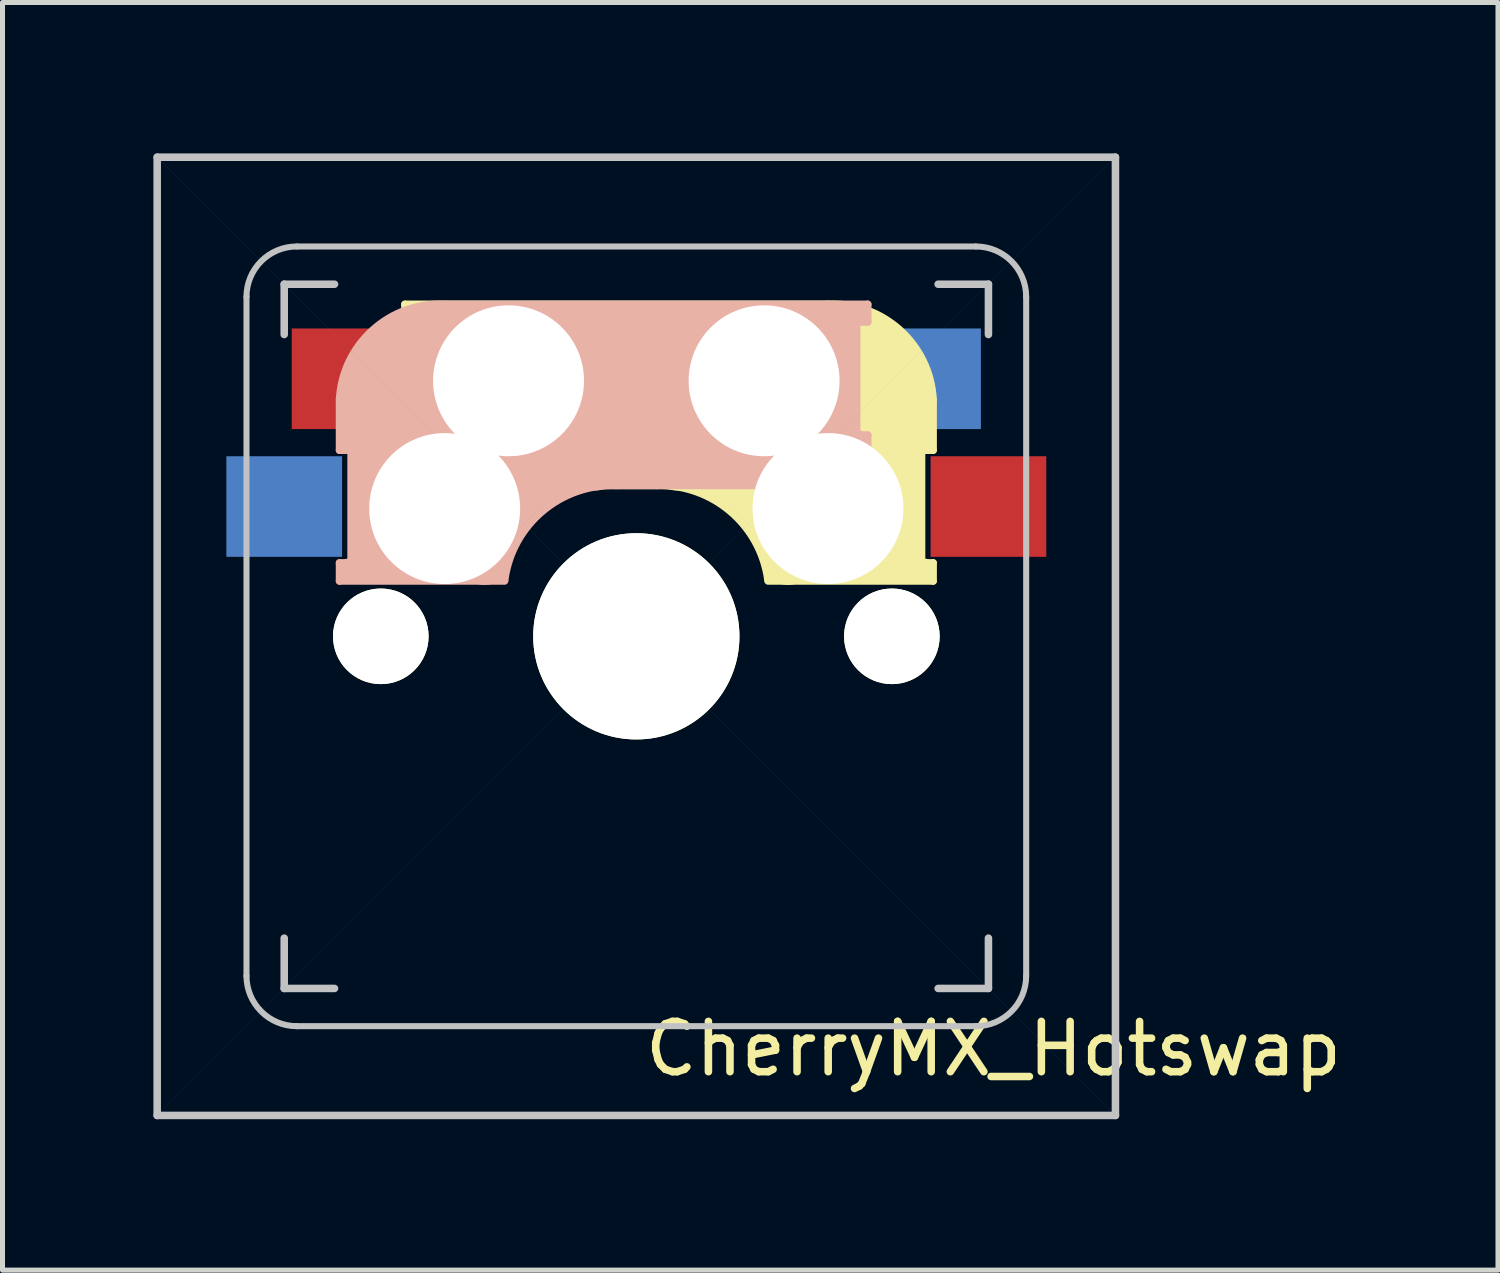
<source format=kicad_pcb>
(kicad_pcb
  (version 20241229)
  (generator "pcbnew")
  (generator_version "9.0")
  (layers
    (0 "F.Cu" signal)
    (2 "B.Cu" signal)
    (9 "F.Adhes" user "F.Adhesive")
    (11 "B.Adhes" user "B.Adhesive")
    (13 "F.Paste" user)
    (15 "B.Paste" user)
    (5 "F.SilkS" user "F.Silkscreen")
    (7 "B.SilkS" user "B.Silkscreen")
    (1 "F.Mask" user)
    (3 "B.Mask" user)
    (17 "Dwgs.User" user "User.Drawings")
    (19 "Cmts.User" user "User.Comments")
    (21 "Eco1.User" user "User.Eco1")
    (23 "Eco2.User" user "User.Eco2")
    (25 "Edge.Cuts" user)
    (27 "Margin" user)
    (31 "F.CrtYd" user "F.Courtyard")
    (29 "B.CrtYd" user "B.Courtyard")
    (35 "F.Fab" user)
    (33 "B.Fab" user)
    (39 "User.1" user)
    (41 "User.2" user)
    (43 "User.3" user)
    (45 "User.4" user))
  (footprint "CherryMX_Hotswap"
    (layer "F.Cu")
    (at 9.6 9.6)
    (property "Reference" "CherryMX_Hotswap" (at 7.1 8.2 0) (layer "F.SilkS") (effects (font (size 1 1) (thickness 0.15))))
    (attr through_hole)
    (fp_line (start -4.6 -6.6) (end 3.8 -6.6) (stroke (width 0.15) (type solid)) (layer "F.SilkS"))
    (fp_line (start -4.6 -6.25) (end -4.6 -6.6) (stroke (width 0.15) (type solid)) (layer "F.SilkS"))
    (fp_line (start -4.6 -4) (end -4.4 -4) (stroke (width 0.15) (type solid)) (layer "F.SilkS"))
    (fp_line (start -4.6 -3) (end -4.6 -4) (stroke (width 0.15) (type solid)) (layer "F.SilkS"))
    (fp_line (start -4.4 -6.4) (end -3 -6.4) (stroke (width 0.4) (type solid)) (layer "F.SilkS"))
    (fp_line (start -4.4 -6.25) (end -4.6 -6.25) (stroke (width 0.15) (type solid)) (layer "F.SilkS"))
    (fp_line (start -4.4 -3.9) (end -4.4 -3.2) (stroke (width 0.4) (type solid)) (layer "F.SilkS"))
    (fp_line (start -4.38 -4) (end -4.38 -6.25) (stroke (width 0.15) (type solid)) (layer "F.SilkS"))
    (fp_line (start -4.3 -3.3) (end -2.9 -3.3) (stroke (width 0.5) (type solid)) (layer "F.SilkS"))
    (fp_line (start -3.9 -6) (end -3.9 -3.5) (stroke (width 1) (type solid)) (layer "F.SilkS"))
    (fp_line (start -2.6 -4.8) (end 4.1 -4.8) (stroke (width 3.5) (type solid)) (layer "F.SilkS"))
    (fp_line (start 0.4 -3) (end -4.6 -3) (stroke (width 0.15) (type solid)) (layer "F.SilkS"))
    (fp_line (start 4.17 -5.1) (end 4.17 -2.86) (stroke (width 3) (type solid)) (layer "F.SilkS"))
    (fp_line (start 5.3 -1.6) (end 5.3 -3.4) (stroke (width 0.8) (type solid)) (layer "F.SilkS"))
    (fp_line (start 5.67 -3.7) (end 5.67 -1.46) (stroke (width 0.15) (type solid)) (layer "F.SilkS"))
    (fp_line (start 5.7 -1.46) (end 5.9 -1.46) (stroke (width 0.15) (type solid)) (layer "F.SilkS"))
    (fp_line (start 5.7 -1.3) (end 3 -1.3) (stroke (width 0.5) (type solid)) (layer "F.SilkS"))
    (fp_line (start 5.8 -3.8) (end 5.8 -4.7) (stroke (width 0.3) (type solid)) (layer "F.SilkS"))
    (fp_line (start 5.9 -4.7) (end 5.9 -3.7) (stroke (width 0.15) (type solid)) (layer "F.SilkS"))
    (fp_line (start 5.9 -3.7) (end 5.7 -3.7) (stroke (width 0.15) (type solid)) (layer "F.SilkS"))
    (fp_line (start 5.9 -1.1) (end 2.62 -1.1) (stroke (width 0.15) (type solid)) (layer "F.SilkS"))
    (fp_line (start 5.9 -1.1) (end 5.9 -1.46) (stroke (width 0.15) (type solid)) (layer "F.SilkS"))
    (fp_arc (start 0.4 -3) (mid 1.868709 -2.486118) (end 2.616318 -1.121471) (stroke (width 0.15) (type solid)) (layer "F.SilkS"))
    (fp_arc (start 0.8 -3.4) (mid 2.268709 -2.886118) (end 3.016318 -1.521471) (stroke (width 1) (type solid)) (layer "F.SilkS"))
    (fp_arc (start 3.8 -6.600001) (mid 5.243504 -6.084925) (end 5.900001 -4.7) (stroke (width 0.15) (type solid)) (layer "F.SilkS"))
    (fp_line (start -5.9 -4.7) (end -5.9 -3.7) (stroke (width 0.15) (type solid)) (layer "B.SilkS"))
    (fp_line (start -5.9 -3.7) (end -5.7 -3.7) (stroke (width 0.15) (type solid)) (layer "B.SilkS"))
    (fp_line (start -5.9 -1.1) (end -5.9 -1.46) (stroke (width 0.15) (type solid)) (layer "B.SilkS"))
    (fp_line (start -5.9 -1.1) (end -2.62 -1.1) (stroke (width 0.15) (type solid)) (layer "B.SilkS"))
    (fp_line (start -5.8 -3.8) (end -5.8 -4.7) (stroke (width 0.3) (type solid)) (layer "B.SilkS"))
    (fp_line (start -5.7 -1.46) (end -5.9 -1.46) (stroke (width 0.15) (type solid)) (layer "B.SilkS"))
    (fp_line (start -5.7 -1.3) (end -3 -1.3) (stroke (width 0.5) (type solid)) (layer "B.SilkS"))
    (fp_line (start -5.67 -3.7) (end -5.67 -1.46) (stroke (width 0.15) (type solid)) (layer "B.SilkS"))
    (fp_line (start -5.3 -1.6) (end -5.3 -3.4) (stroke (width 0.8) (type solid)) (layer "B.SilkS"))
    (fp_line (start -4.17 -5.1) (end -4.17 -2.86) (stroke (width 3) (type solid)) (layer "B.SilkS"))
    (fp_line (start -0.4 -3) (end 4.6 -3) (stroke (width 0.15) (type solid)) (layer "B.SilkS"))
    (fp_line (start 2.6 -4.8) (end -4.1 -4.8) (stroke (width 3.5) (type solid)) (layer "B.SilkS"))
    (fp_line (start 3.9 -6) (end 3.9 -3.5) (stroke (width 1) (type solid)) (layer "B.SilkS"))
    (fp_line (start 4.3 -3.3) (end 2.9 -3.3) (stroke (width 0.5) (type solid)) (layer "B.SilkS"))
    (fp_line (start 4.38 -4) (end 4.38 -6.25) (stroke (width 0.15) (type solid)) (layer "B.SilkS"))
    (fp_line (start 4.4 -6.4) (end 3 -6.4) (stroke (width 0.4) (type solid)) (layer "B.SilkS"))
    (fp_line (start 4.4 -6.25) (end 4.6 -6.25) (stroke (width 0.15) (type solid)) (layer "B.SilkS"))
    (fp_line (start 4.4 -3.9) (end 4.4 -3.2) (stroke (width 0.4) (type solid)) (layer "B.SilkS"))
    (fp_line (start 4.6 -6.6) (end -3.8 -6.6) (stroke (width 0.15) (type solid)) (layer "B.SilkS"))
    (fp_line (start 4.6 -6.25) (end 4.6 -6.6) (stroke (width 0.15) (type solid)) (layer "B.SilkS"))
    (fp_line (start 4.6 -4) (end 4.4 -4) (stroke (width 0.15) (type solid)) (layer "B.SilkS"))
    (fp_line (start 4.6 -3) (end 4.6 -4) (stroke (width 0.15) (type solid)) (layer "B.SilkS"))
    (fp_arc (start -5.9 -4.699999) (mid -5.243504 -6.084924) (end -3.800001 -6.6) (stroke (width 0.15) (type solid)) (layer "B.SilkS"))
    (fp_arc (start -3.016318 -1.521471) (mid -2.268709 -2.886118) (end -0.8 -3.4) (stroke (width 1) (type solid)) (layer "B.SilkS"))
    (fp_arc (start -2.616318 -1.121471) (mid -1.868709 -2.486118) (end -0.4 -3) (stroke (width 0.15) (type solid)) (layer "B.SilkS"))
    (fp_line (start -9.525 -9.525) (end 9.525 -9.525) (stroke (width 0.15) (type solid)) (layer "Dwgs.User"))
    (fp_line (start -9.525 9.525) (end -9.525 -9.525) (stroke (width 0.15) (type solid)) (layer "Dwgs.User"))
    (fp_line (start -7.75 6.75) (end -7.75 -6.75) (stroke (width 0.12) (type solid)) (layer "Dwgs.User"))
    (fp_line (start -7 -7) (end -6 -7) (stroke (width 0.15) (type solid)) (layer "Dwgs.User"))
    (fp_line (start -7 -6) (end -7 -7) (stroke (width 0.15) (type solid)) (layer "Dwgs.User"))
    (fp_line (start -7 6) (end -7 7) (stroke (width 0.15) (type solid)) (layer "Dwgs.User"))
    (fp_line (start -7 7) (end -6 7) (stroke (width 0.15) (type solid)) (layer "Dwgs.User"))
    (fp_line (start -6.75 -7.75) (end 6.75 -7.75) (stroke (width 0.12) (type solid)) (layer "Dwgs.User"))
    (fp_line (start -6.75 7.75) (end 6.75 7.75) (stroke (width 0.12) (type solid)) (layer "Dwgs.User"))
    (fp_line (start 6 7) (end 7 7) (stroke (width 0.15) (type solid)) (layer "Dwgs.User"))
    (fp_line (start 7 -7) (end 6 -7) (stroke (width 0.15) (type solid)) (layer "Dwgs.User"))
    (fp_line (start 7 -7) (end 7 -6) (stroke (width 0.15) (type solid)) (layer "Dwgs.User"))
    (fp_line (start 7 7) (end 7 6) (stroke (width 0.15) (type solid)) (layer "Dwgs.User"))
    (fp_line (start 7.75 6.75) (end 7.75 -6.75) (stroke (width 0.12) (type solid)) (layer "Dwgs.User"))
    (fp_line (start 9.525 -9.525) (end 9.525 9.525) (stroke (width 0.15) (type solid)) (layer "Dwgs.User"))
    (fp_line (start 9.525 9.525) (end -9.525 9.525) (stroke (width 0.15) (type solid)) (layer "Dwgs.User"))
    (fp_arc (start -7.75 -6.75) (mid -7.457107 -7.457107) (end -6.75 -7.75) (stroke (width 0.12) (type solid)) (layer "Dwgs.User"))
    (fp_arc (start -6.75 7.75) (mid -7.457107 7.457107) (end -7.75 6.75) (stroke (width 0.12) (type solid)) (layer "Dwgs.User"))
    (fp_arc (start 6.75 -7.75) (mid 7.457107 -7.457107) (end 7.75 -6.75) (stroke (width 0.12) (type solid)) (layer "Dwgs.User"))
    (fp_arc (start 7.75 6.75) (mid 7.457107 7.457107) (end 6.75 7.75) (stroke (width 0.12) (type solid)) (layer "Dwgs.User"))
    (fp_line (start -9.525 9.525) (end 9.525 -9.525) (stroke (width 0.001) (type solid)) (layer "Cmts.User"))
    (fp_line (start 9.525 9.525) (end -9.525 -9.525) (stroke (width 0.001) (type solid)) (layer "Cmts.User"))
    (pad "" np_thru_hole circle (at -5.08 0) (size 1.9 1.9) (drill 1.9) (layers "*.Cu" "*.Mask" "F.SilkS"))
    (pad "" np_thru_hole circle (at -3.81 -2.54 180) (size 3 3) (drill 3) (layers "*.Cu" "*.Mask"))
    (pad "" np_thru_hole circle (at -2.54 -5.08 180) (size 3 3) (drill 3) (layers "*.Cu" "*.Mask"))
    (pad "" np_thru_hole circle (at 0 0 90) (size 4.1 4.1) (drill 4.1) (layers "*.Cu" "*.Mask" "F.SilkS"))
    (pad "" np_thru_hole circle (at 2.54 -5.08 180) (size 3 3) (drill 3) (layers "*.Cu" "*.Mask"))
    (pad "" np_thru_hole circle (at 3.81 -2.54 180) (size 3 3) (drill 3) (layers "*.Cu" "*.Mask"))
    (pad "" np_thru_hole circle (at 5.08 0) (size 1.9 1.9) (drill 1.9) (layers "*.Cu" "*.Mask" "F.SilkS"))
    (pad "1" smd rect (at -7 -2.58 180) (size 2.3 2) (layers "B.Cu" "B.Mask" "B.Paste"))
    (pad "1" smd rect (at 7 -2.58 180) (size 2.3 2) (layers "F.Cu" "F.Mask" "F.Paste"))
    (pad "2" smd rect (at -5.7 -5.12 180) (size 2.3 2) (layers "F.Cu" "F.Mask" "F.Paste"))
    (pad "2" smd rect (at 5.7 -5.12 180) (size 2.3 2) (layers "B.Cu" "B.Mask" "B.Paste")))
  (gr_rect
    (start -3 -3)
    (end 26.73 22.2)
    (stroke (width 0.1) (type default))
    (fill no)
    (layer "Edge.Cuts")))
</source>
